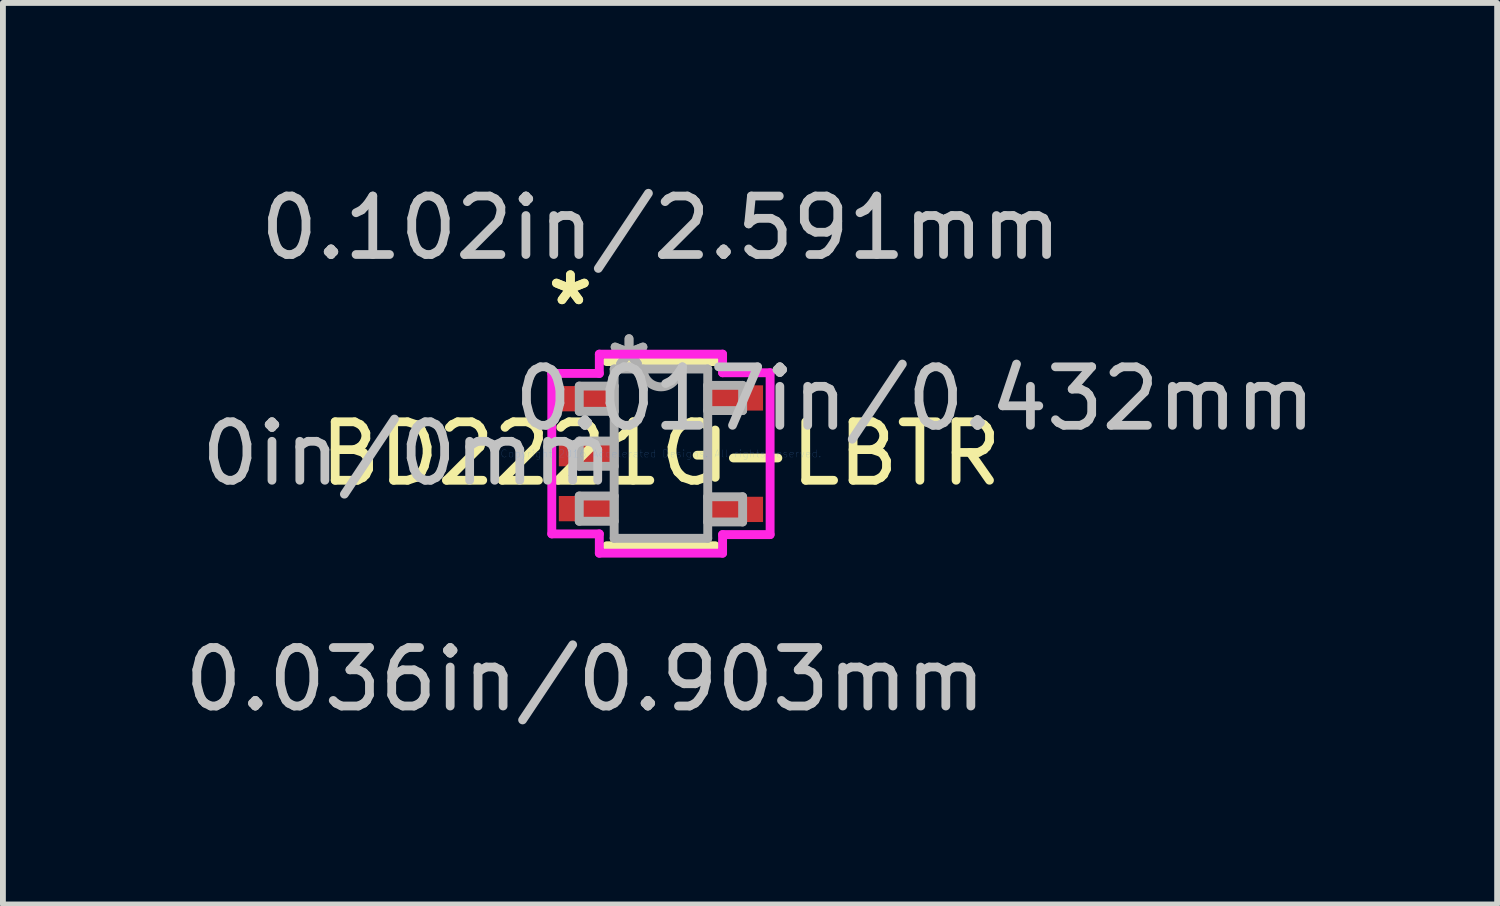
<source format=kicad_pcb>
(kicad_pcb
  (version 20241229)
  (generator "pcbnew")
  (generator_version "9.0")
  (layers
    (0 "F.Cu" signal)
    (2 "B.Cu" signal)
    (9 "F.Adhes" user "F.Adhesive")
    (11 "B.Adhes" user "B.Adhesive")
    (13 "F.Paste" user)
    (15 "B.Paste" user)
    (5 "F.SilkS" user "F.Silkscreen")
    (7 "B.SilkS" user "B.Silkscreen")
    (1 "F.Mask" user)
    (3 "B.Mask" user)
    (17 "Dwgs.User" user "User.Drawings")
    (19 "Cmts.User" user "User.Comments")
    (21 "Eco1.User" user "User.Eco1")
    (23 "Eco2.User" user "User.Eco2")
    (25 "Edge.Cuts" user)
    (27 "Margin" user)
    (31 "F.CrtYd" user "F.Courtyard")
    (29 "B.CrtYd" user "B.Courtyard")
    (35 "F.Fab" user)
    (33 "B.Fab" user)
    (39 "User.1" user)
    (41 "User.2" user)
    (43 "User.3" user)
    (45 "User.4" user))
  (footprint "BD2221G-LBTR"
    (layer "F.Cu")
    (at 8.254 4.709)
    (property "Reference" "BD2221G-LBTR" (at 0 0 0) (layer "F.SilkS") (effects (font (size 1 1) (thickness 0.15))))
    (attr through_hole)
    (fp_line (start -0.927 1.575) (end 0.927 1.575) (stroke (width 0.152) (type solid)) (layer "F.SilkS"))
    (fp_line (start 0.927 -1.575) (end -0.927 -1.575) (stroke (width 0.152) (type solid)) (layer "F.SilkS"))
    (fp_line (start 0.927 0.404) (end 0.927 -0.404) (stroke (width 0.152) (type solid)) (layer "F.SilkS"))
    (fp_line (start -1.867 -1.372) (end -1.054 -1.372) (stroke (width 0.152) (type solid)) (layer "F.CrtYd"))
    (fp_line (start -1.867 1.372) (end -1.867 -1.372) (stroke (width 0.152) (type solid)) (layer "F.CrtYd"))
    (fp_line (start -1.054 -1.702) (end 1.054 -1.702) (stroke (width 0.152) (type solid)) (layer "F.CrtYd"))
    (fp_line (start -1.054 -1.372) (end -1.054 -1.702) (stroke (width 0.152) (type solid)) (layer "F.CrtYd"))
    (fp_line (start -1.054 1.372) (end -1.867 1.372) (stroke (width 0.152) (type solid)) (layer "F.CrtYd"))
    (fp_line (start -1.054 1.702) (end -1.054 1.372) (stroke (width 0.152) (type solid)) (layer "F.CrtYd"))
    (fp_line (start 1.054 -1.702) (end 1.054 -1.384) (stroke (width 0.152) (type solid)) (layer "F.CrtYd"))
    (fp_line (start 1.054 -1.384) (end 1.867 -1.384) (stroke (width 0.152) (type solid)) (layer "F.CrtYd"))
    (fp_line (start 1.054 1.384) (end 1.054 1.702) (stroke (width 0.152) (type solid)) (layer "F.CrtYd"))
    (fp_line (start 1.054 1.702) (end -1.054 1.702) (stroke (width 0.152) (type solid)) (layer "F.CrtYd"))
    (fp_line (start 1.867 -1.384) (end 1.867 1.384) (stroke (width 0.152) (type solid)) (layer "F.CrtYd"))
    (fp_line (start 1.867 1.384) (end 1.054 1.384) (stroke (width 0.152) (type solid)) (layer "F.CrtYd"))
    (fp_line (start -1.397 -1.156) (end -1.397 -0.724) (stroke (width 0.152) (type solid)) (layer "F.Fab"))
    (fp_line (start -1.397 -0.724) (end -0.8 -0.724) (stroke (width 0.152) (type solid)) (layer "F.Fab"))
    (fp_line (start -1.397 -0.216) (end -1.397 0.216) (stroke (width 0.152) (type solid)) (layer "F.Fab"))
    (fp_line (start -1.397 0.216) (end -0.8 0.216) (stroke (width 0.152) (type solid)) (layer "F.Fab"))
    (fp_line (start -1.397 0.724) (end -1.397 1.156) (stroke (width 0.152) (type solid)) (layer "F.Fab"))
    (fp_line (start -1.397 1.156) (end -0.8 1.156) (stroke (width 0.152) (type solid)) (layer "F.Fab"))
    (fp_line (start -0.8 -1.448) (end -0.8 1.448) (stroke (width 0.152) (type solid)) (layer "F.Fab"))
    (fp_line (start -0.8 -1.156) (end -1.397 -1.156) (stroke (width 0.152) (type solid)) (layer "F.Fab"))
    (fp_line (start -0.8 -0.724) (end -0.8 -1.156) (stroke (width 0.152) (type solid)) (layer "F.Fab"))
    (fp_line (start -0.8 -0.216) (end -1.397 -0.216) (stroke (width 0.152) (type solid)) (layer "F.Fab"))
    (fp_line (start -0.8 0.216) (end -0.8 -0.216) (stroke (width 0.152) (type solid)) (layer "F.Fab"))
    (fp_line (start -0.8 0.724) (end -1.397 0.724) (stroke (width 0.152) (type solid)) (layer "F.Fab"))
    (fp_line (start -0.8 1.156) (end -0.8 0.724) (stroke (width 0.152) (type solid)) (layer "F.Fab"))
    (fp_line (start -0.8 1.448) (end 0.8 1.448) (stroke (width 0.152) (type solid)) (layer "F.Fab"))
    (fp_line (start 0.8 -1.448) (end -0.8 -1.448) (stroke (width 0.152) (type solid)) (layer "F.Fab"))
    (fp_line (start 0.8 -1.168) (end 0.8 -0.737) (stroke (width 0.152) (type solid)) (layer "F.Fab"))
    (fp_line (start 0.8 -0.737) (end 1.397 -0.737) (stroke (width 0.152) (type solid)) (layer "F.Fab"))
    (fp_line (start 0.8 0.737) (end 0.8 1.168) (stroke (width 0.152) (type solid)) (layer "F.Fab"))
    (fp_line (start 0.8 1.168) (end 1.397 1.168) (stroke (width 0.152) (type solid)) (layer "F.Fab"))
    (fp_line (start 0.8 1.448) (end 0.8 -1.448) (stroke (width 0.152) (type solid)) (layer "F.Fab"))
    (fp_line (start 1.397 -1.168) (end 0.8 -1.168) (stroke (width 0.152) (type solid)) (layer "F.Fab"))
    (fp_line (start 1.397 -0.737) (end 1.397 -1.168) (stroke (width 0.152) (type solid)) (layer "F.Fab"))
    (fp_line (start 1.397 0.737) (end 0.8 0.737) (stroke (width 0.152) (type solid)) (layer "F.Fab"))
    (fp_line (start 1.397 1.168) (end 1.397 0.737) (stroke (width 0.152) (type solid)) (layer "F.Fab"))
    (fp_arc (start 0.3048 -1.4478) (mid 0 -1.143) (end -0.3048 -1.4478) (stroke (width 0.1524) (type solid)) (layer "F.Fab"))
    (fp_text user "*" (at -1.549 -2.515 0) (layer "F.SilkS") (effects (font (size 1 1) (thickness 0.15))))
    (fp_text user "*" (at -1.549 -2.515 0) (layer "F.SilkS") (effects (font (size 1 1) (thickness 0.15))))
    (fp_text user "0.102in/2.591mm" (at 0 -3.861 0) (layer "Dwgs.User") (effects (font (size 1 1) (thickness 0.15))))
    (fp_text user "0in/0mm" (at -4.343 0 0) (layer "Dwgs.User") (effects (font (size 1 1) (thickness 0.15))))
    (fp_text user "0.036in/0.903mm" (at -1.295 3.861 0) (layer "Dwgs.User") (effects (font (size 1 1) (thickness 0.15))))
    (fp_text user "0.017in/0.432mm" (at 4.343 -0.94 0) (layer "Dwgs.User") (effects (font (size 1 1) (thickness 0.15))))
    (fp_text user "Copyright 2016 Accelerated Designs. All rights reserved." (at 0 0 0) (layer "Cmts.User") (effects (font (size 0.127 0.127) (thickness 0.002))))
    (fp_text user "*" (at -0.546 -1.422 0) (layer "F.Fab") (effects (font (size 1 1) (thickness 0.15))))
    (fp_text user "*" (at -0.546 -1.422 0) (layer "F.Fab") (effects (font (size 1 1) (thickness 0.15))))
    (pad "1" smd rect (at -1.295 -0.94) (size 0.903 0.432) (layers "F.Cu" "F.Mask" "F.Paste"))
    (pad "2" smd rect (at -1.295 0) (size 0.903 0.432) (layers "F.Cu" "F.Mask" "F.Paste"))
    (pad "3" smd rect (at -1.295 0.94) (size 0.903 0.432) (layers "F.Cu" "F.Mask" "F.Paste"))
    (pad "4" smd rect (at 1.295 0.953) (size 0.903 0.432) (layers "F.Cu" "F.Mask" "F.Paste"))
    (pad "5" smd rect (at 1.295 -0.953) (size 0.903 0.432) (layers "F.Cu" "F.Mask" "F.Paste")))
  (gr_rect
    (start -3 -3)
    (end 22.555 12.418)
    (stroke (width 0.1) (type default))
    (fill no)
    (layer "Edge.Cuts")))
</source>
